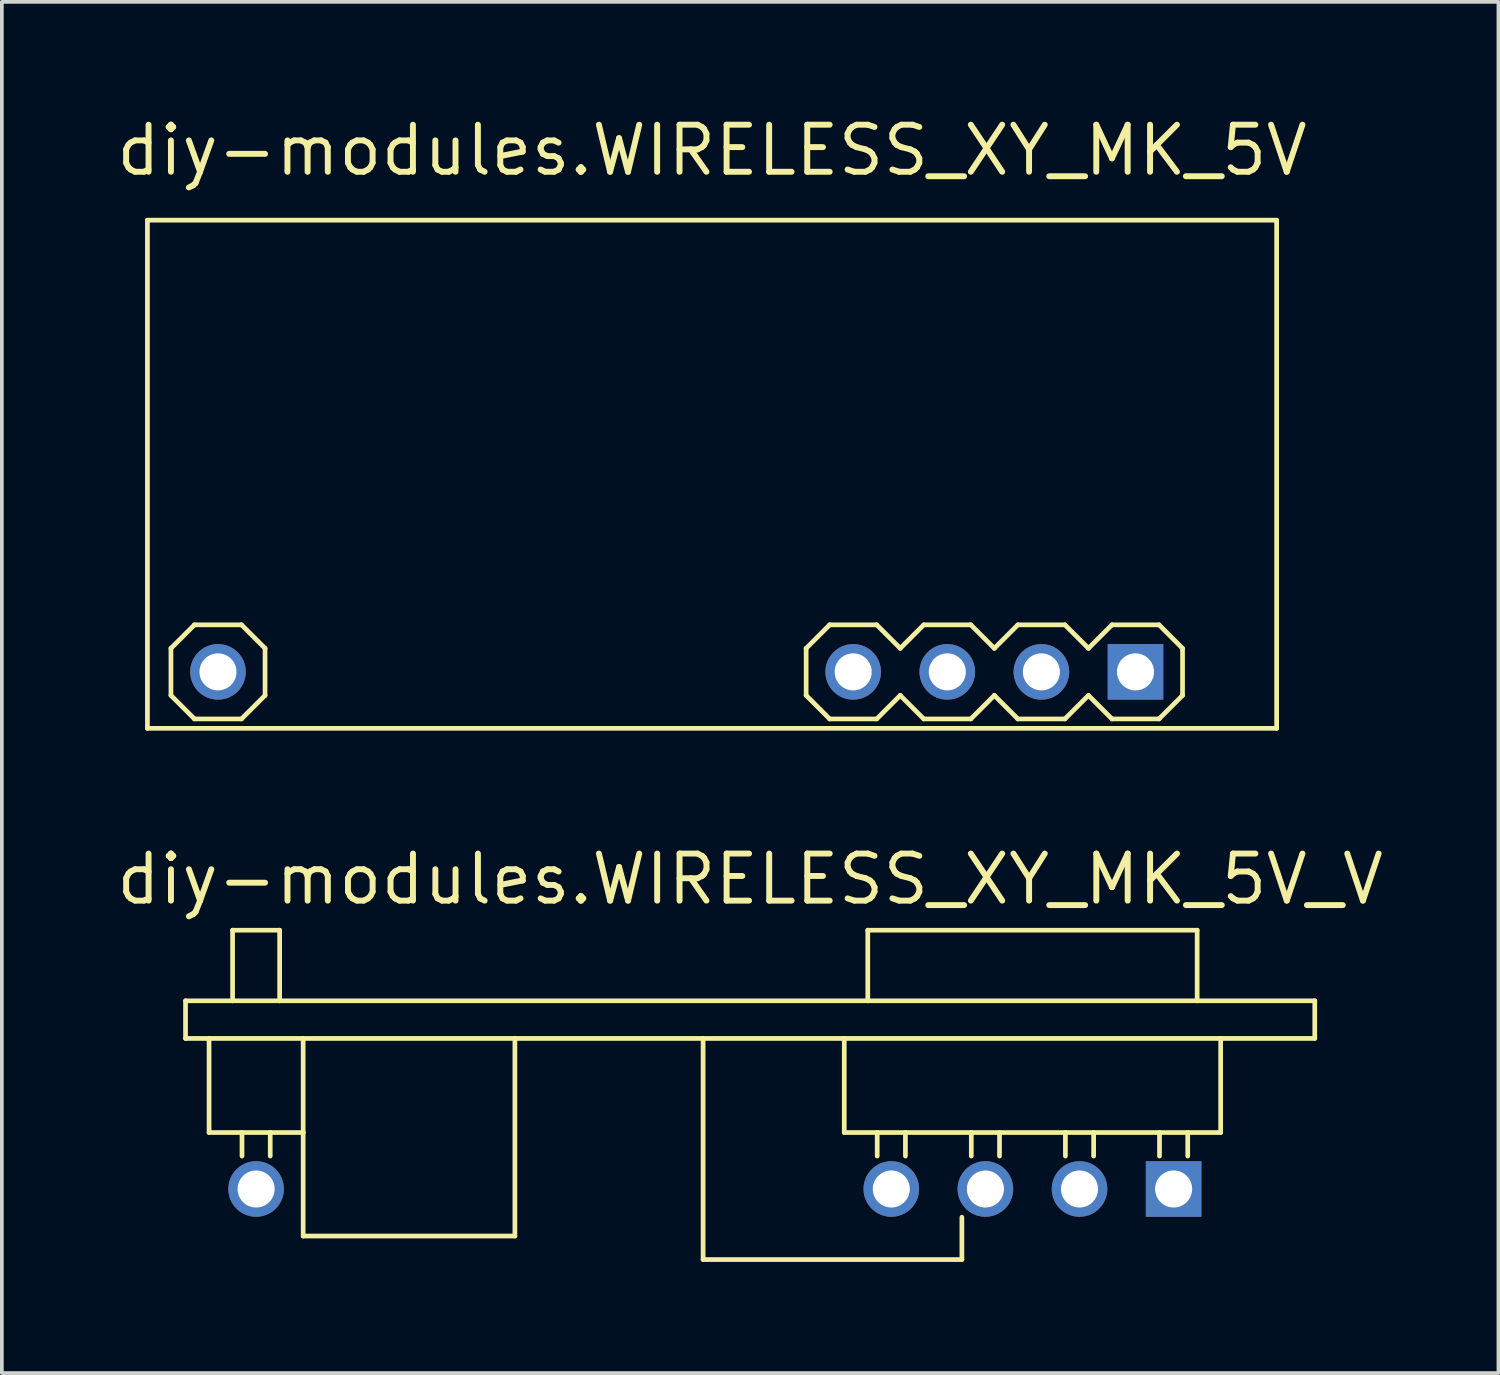
<source format=kicad_pcb>
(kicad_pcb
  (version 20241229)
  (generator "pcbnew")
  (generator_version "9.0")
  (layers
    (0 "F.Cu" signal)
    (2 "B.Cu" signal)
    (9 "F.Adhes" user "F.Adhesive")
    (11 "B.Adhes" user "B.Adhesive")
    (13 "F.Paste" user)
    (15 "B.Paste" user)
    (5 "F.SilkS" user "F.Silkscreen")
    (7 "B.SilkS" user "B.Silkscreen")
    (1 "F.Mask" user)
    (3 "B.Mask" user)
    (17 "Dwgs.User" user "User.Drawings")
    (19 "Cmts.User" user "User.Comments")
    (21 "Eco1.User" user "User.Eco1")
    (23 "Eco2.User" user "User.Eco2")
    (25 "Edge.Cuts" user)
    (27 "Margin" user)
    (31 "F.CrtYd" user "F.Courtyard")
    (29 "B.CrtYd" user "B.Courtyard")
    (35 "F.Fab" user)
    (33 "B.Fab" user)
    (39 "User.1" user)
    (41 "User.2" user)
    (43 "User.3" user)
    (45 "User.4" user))
  (footprint "diy-modules.WIRELESS_XY_MK_5V"
    (layer "F.Cu")
    (at 16.169 10.005)
    (property "Reference" "diy-modules.WIRELESS_XY_MK_5V" (at 0 -8.255 0) (layer "F.SilkS") (effects (font (size 1.27 1.27) (thickness 0.16)) (justify bottom)))
    (attr through_hole)
    (fp_line (start -15.24 -7.112) (end 15.24 -7.112) (stroke (width 0.127) (type default)) (layer "F.SilkS"))
    (fp_line (start -15.24 6.604) (end -15.24 -7.112) (stroke (width 0.127) (type default)) (layer "F.SilkS"))
    (fp_line (start -14.605 4.445) (end -13.97 3.81) (stroke (width 0.127) (type default)) (layer "F.SilkS"))
    (fp_line (start -14.605 5.715) (end -14.605 4.445) (stroke (width 0.127) (type default)) (layer "F.SilkS"))
    (fp_line (start -13.97 3.81) (end -12.7 3.81) (stroke (width 0.127) (type default)) (layer "F.SilkS"))
    (fp_line (start -13.97 6.35) (end -14.605 5.715) (stroke (width 0.127) (type default)) (layer "F.SilkS"))
    (fp_line (start -12.7 3.81) (end -12.065 4.445) (stroke (width 0.127) (type default)) (layer "F.SilkS"))
    (fp_line (start -12.7 6.35) (end -13.97 6.35) (stroke (width 0.127) (type default)) (layer "F.SilkS"))
    (fp_line (start -12.065 4.445) (end -12.065 5.715) (stroke (width 0.127) (type default)) (layer "F.SilkS"))
    (fp_line (start -12.065 5.715) (end -12.7 6.35) (stroke (width 0.127) (type default)) (layer "F.SilkS"))
    (fp_line (start 2.54 4.445) (end 3.175 3.81) (stroke (width 0.127) (type default)) (layer "F.SilkS"))
    (fp_line (start 2.54 5.715) (end 2.54 4.445) (stroke (width 0.127) (type default)) (layer "F.SilkS"))
    (fp_line (start 3.175 3.81) (end 4.445 3.81) (stroke (width 0.127) (type default)) (layer "F.SilkS"))
    (fp_line (start 3.175 6.35) (end 2.54 5.715) (stroke (width 0.127) (type default)) (layer "F.SilkS"))
    (fp_line (start 4.445 3.81) (end 5.08 4.445) (stroke (width 0.127) (type default)) (layer "F.SilkS"))
    (fp_line (start 4.445 6.35) (end 3.175 6.35) (stroke (width 0.127) (type default)) (layer "F.SilkS"))
    (fp_line (start 5.08 4.445) (end 5.715 3.81) (stroke (width 0.127) (type default)) (layer "F.SilkS"))
    (fp_line (start 5.08 5.715) (end 4.445 6.35) (stroke (width 0.127) (type default)) (layer "F.SilkS"))
    (fp_line (start 5.715 3.81) (end 6.985 3.81) (stroke (width 0.127) (type default)) (layer "F.SilkS"))
    (fp_line (start 5.715 6.35) (end 5.08 5.715) (stroke (width 0.127) (type default)) (layer "F.SilkS"))
    (fp_line (start 6.985 3.81) (end 7.62 4.445) (stroke (width 0.127) (type default)) (layer "F.SilkS"))
    (fp_line (start 6.985 6.35) (end 5.715 6.35) (stroke (width 0.127) (type default)) (layer "F.SilkS"))
    (fp_line (start 7.62 4.445) (end 8.255 3.81) (stroke (width 0.127) (type default)) (layer "F.SilkS"))
    (fp_line (start 7.62 5.715) (end 6.985 6.35) (stroke (width 0.127) (type default)) (layer "F.SilkS"))
    (fp_line (start 8.255 3.81) (end 9.525 3.81) (stroke (width 0.127) (type default)) (layer "F.SilkS"))
    (fp_line (start 8.255 6.35) (end 7.62 5.715) (stroke (width 0.127) (type default)) (layer "F.SilkS"))
    (fp_line (start 9.525 3.81) (end 10.16 4.445) (stroke (width 0.127) (type default)) (layer "F.SilkS"))
    (fp_line (start 9.525 6.35) (end 8.255 6.35) (stroke (width 0.127) (type default)) (layer "F.SilkS"))
    (fp_line (start 10.16 4.445) (end 10.795 3.81) (stroke (width 0.127) (type default)) (layer "F.SilkS"))
    (fp_line (start 10.16 5.715) (end 9.525 6.35) (stroke (width 0.127) (type default)) (layer "F.SilkS"))
    (fp_line (start 10.795 3.81) (end 12.065 3.81) (stroke (width 0.127) (type default)) (layer "F.SilkS"))
    (fp_line (start 10.795 6.35) (end 10.16 5.715) (stroke (width 0.127) (type default)) (layer "F.SilkS"))
    (fp_line (start 12.065 3.81) (end 12.7 4.445) (stroke (width 0.127) (type default)) (layer "F.SilkS"))
    (fp_line (start 12.065 6.35) (end 10.795 6.35) (stroke (width 0.127) (type default)) (layer "F.SilkS"))
    (fp_line (start 12.7 4.445) (end 12.7 5.715) (stroke (width 0.127) (type default)) (layer "F.SilkS"))
    (fp_line (start 12.7 5.715) (end 12.065 6.35) (stroke (width 0.127) (type default)) (layer "F.SilkS"))
    (fp_line (start 15.24 -7.112) (end 15.24 6.604) (stroke (width 0.127) (type default)) (layer "F.SilkS"))
    (fp_line (start 15.24 6.604) (end -15.24 6.604) (stroke (width 0.127) (type default)) (layer "F.SilkS"))
    (pad "1" thru_hole rect (at 11.43 5.08) (size 1.5 1.5) (drill 1) (layers "*.Cu" "*.Mask"))
    (pad "2" thru_hole circle (at 8.89 5.08) (size 1.5 1.5) (drill 1) (layers "*.Cu" "*.Mask"))
    (pad "3" thru_hole circle (at 6.35 5.08) (size 1.5 1.5) (drill 1) (layers "*.Cu" "*.Mask"))
    (pad "4" thru_hole circle (at 3.81 5.08) (size 1.5 1.5) (drill 1) (layers "*.Cu" "*.Mask"))
    (pad "ANT" thru_hole circle (at -13.335 5.08) (size 1.5 1.5) (drill 1) (layers "*.Cu" "*.Mask")))
  (footprint "diy-modules.WIRELESS_XY_MK_5V_V"
    (layer "F.Cu")
    (at 17.198 29.043)
    (property "Reference" "diy-modules.WIRELESS_XY_MK_5V_V" (at 0 -7.62 0) (layer "F.SilkS") (effects (font (size 1.27 1.27) (thickness 0.16)) (justify bottom)))
    (attr through_hole)
    (fp_line (start -15.24 -5.08) (end -13.97 -5.08) (stroke (width 0.127) (type default)) (layer "F.SilkS"))
    (fp_line (start -15.24 -4.064) (end -15.24 -5.08) (stroke (width 0.127) (type default)) (layer "F.SilkS"))
    (fp_line (start -14.605 -4.064) (end -15.24 -4.064) (stroke (width 0.127) (type default)) (layer "F.SilkS"))
    (fp_line (start -14.605 -1.524) (end -14.605 -4.064) (stroke (width 0.127) (type default)) (layer "F.SilkS"))
    (fp_line (start -13.97 -6.985) (end -13.97 -5.08) (stroke (width 0.127) (type default)) (layer "F.SilkS"))
    (fp_line (start -13.97 -5.08) (end -12.7 -5.08) (stroke (width 0.127) (type default)) (layer "F.SilkS"))
    (fp_line (start -13.716 -1.524) (end -14.605 -1.524) (stroke (width 0.127) (type default)) (layer "F.SilkS"))
    (fp_line (start -13.716 -1.524) (end -13.716 -0.889) (stroke (width 0.127) (type default)) (layer "F.SilkS"))
    (fp_line (start -12.954 -1.524) (end -13.716 -1.524) (stroke (width 0.127) (type default)) (layer "F.SilkS"))
    (fp_line (start -12.954 -1.524) (end -12.954 -0.889) (stroke (width 0.127) (type default)) (layer "F.SilkS"))
    (fp_line (start -12.7 -6.985) (end -13.97 -6.985) (stroke (width 0.127) (type default)) (layer "F.SilkS"))
    (fp_line (start -12.7 -5.08) (end -12.7 -6.985) (stroke (width 0.127) (type default)) (layer "F.SilkS"))
    (fp_line (start -12.7 -5.08) (end 3.175 -5.08) (stroke (width 0.127) (type default)) (layer "F.SilkS"))
    (fp_line (start -12.065 -4.064) (end -14.605 -4.064) (stroke (width 0.127) (type default)) (layer "F.SilkS"))
    (fp_line (start -12.065 -4.064) (end -12.065 -1.524) (stroke (width 0.127) (type default)) (layer "F.SilkS"))
    (fp_line (start -12.065 -1.524) (end -12.954 -1.524) (stroke (width 0.127) (type default)) (layer "F.SilkS"))
    (fp_line (start -12.065 1.27) (end -12.065 -1.524) (stroke (width 0.127) (type default)) (layer "F.SilkS"))
    (fp_line (start -6.35 -4.064) (end -12.065 -4.064) (stroke (width 0.127) (type default)) (layer "F.SilkS"))
    (fp_line (start -6.35 -4.064) (end -6.35 1.27) (stroke (width 0.127) (type default)) (layer "F.SilkS"))
    (fp_line (start -6.35 1.27) (end -12.065 1.27) (stroke (width 0.127) (type default)) (layer "F.SilkS"))
    (fp_line (start -1.27 -4.064) (end -6.35 -4.064) (stroke (width 0.127) (type default)) (layer "F.SilkS"))
    (fp_line (start -1.27 1.905) (end -1.27 -4.064) (stroke (width 0.127) (type default)) (layer "F.SilkS"))
    (fp_line (start 2.54 -4.064) (end -1.27 -4.064) (stroke (width 0.127) (type default)) (layer "F.SilkS"))
    (fp_line (start 2.54 -1.524) (end 2.54 -4.064) (stroke (width 0.127) (type default)) (layer "F.SilkS"))
    (fp_line (start 3.175 -6.985) (end 3.175 -5.08) (stroke (width 0.127) (type default)) (layer "F.SilkS"))
    (fp_line (start 3.175 -5.08) (end 12.065 -5.08) (stroke (width 0.127) (type default)) (layer "F.SilkS"))
    (fp_line (start 3.429 -1.524) (end 2.54 -1.524) (stroke (width 0.127) (type default)) (layer "F.SilkS"))
    (fp_line (start 3.429 -1.524) (end 3.429 -0.889) (stroke (width 0.127) (type default)) (layer "F.SilkS"))
    (fp_line (start 4.191 -1.524) (end 3.429 -1.524) (stroke (width 0.127) (type default)) (layer "F.SilkS"))
    (fp_line (start 4.191 -1.524) (end 4.191 -0.889) (stroke (width 0.127) (type default)) (layer "F.SilkS"))
    (fp_line (start 5.715 0.762) (end 5.715 1.905) (stroke (width 0.127) (type default)) (layer "F.SilkS"))
    (fp_line (start 5.715 1.905) (end -1.27 1.905) (stroke (width 0.127) (type default)) (layer "F.SilkS"))
    (fp_line (start 5.969 -1.524) (end 4.191 -1.524) (stroke (width 0.127) (type default)) (layer "F.SilkS"))
    (fp_line (start 5.969 -1.524) (end 5.969 -0.889) (stroke (width 0.127) (type default)) (layer "F.SilkS"))
    (fp_line (start 6.731 -1.524) (end 5.969 -1.524) (stroke (width 0.127) (type default)) (layer "F.SilkS"))
    (fp_line (start 6.731 -1.524) (end 6.731 -0.889) (stroke (width 0.127) (type default)) (layer "F.SilkS"))
    (fp_line (start 8.509 -1.524) (end 6.731 -1.524) (stroke (width 0.127) (type default)) (layer "F.SilkS"))
    (fp_line (start 8.509 -1.524) (end 8.509 -0.889) (stroke (width 0.127) (type default)) (layer "F.SilkS"))
    (fp_line (start 9.271 -1.524) (end 8.509 -1.524) (stroke (width 0.127) (type default)) (layer "F.SilkS"))
    (fp_line (start 9.271 -1.524) (end 9.271 -0.889) (stroke (width 0.127) (type default)) (layer "F.SilkS"))
    (fp_line (start 11.049 -1.524) (end 9.271 -1.524) (stroke (width 0.127) (type default)) (layer "F.SilkS"))
    (fp_line (start 11.049 -1.524) (end 11.049 -0.889) (stroke (width 0.127) (type default)) (layer "F.SilkS"))
    (fp_line (start 11.811 -1.524) (end 11.049 -1.524) (stroke (width 0.127) (type default)) (layer "F.SilkS"))
    (fp_line (start 11.811 -1.524) (end 11.811 -0.889) (stroke (width 0.127) (type default)) (layer "F.SilkS"))
    (fp_line (start 12.065 -6.985) (end 3.175 -6.985) (stroke (width 0.127) (type default)) (layer "F.SilkS"))
    (fp_line (start 12.065 -5.08) (end 12.065 -6.985) (stroke (width 0.127) (type default)) (layer "F.SilkS"))
    (fp_line (start 12.065 -5.08) (end 15.24 -5.08) (stroke (width 0.127) (type default)) (layer "F.SilkS"))
    (fp_line (start 12.7 -4.064) (end 2.54 -4.064) (stroke (width 0.127) (type default)) (layer "F.SilkS"))
    (fp_line (start 12.7 -4.064) (end 12.7 -1.524) (stroke (width 0.127) (type default)) (layer "F.SilkS"))
    (fp_line (start 12.7 -1.524) (end 11.811 -1.524) (stroke (width 0.127) (type default)) (layer "F.SilkS"))
    (fp_line (start 15.24 -5.08) (end 15.24 -4.064) (stroke (width 0.127) (type default)) (layer "F.SilkS"))
    (fp_line (start 15.24 -4.064) (end 12.7 -4.064) (stroke (width 0.127) (type default)) (layer "F.SilkS"))
    (pad "1" thru_hole rect (at 11.43 0) (size 1.5 1.5) (drill 1) (layers "*.Cu" "*.Mask"))
    (pad "2" thru_hole circle (at 8.89 0) (size 1.5 1.5) (drill 1) (layers "*.Cu" "*.Mask"))
    (pad "3" thru_hole circle (at 6.35 0) (size 1.5 1.5) (drill 1) (layers "*.Cu" "*.Mask"))
    (pad "4" thru_hole circle (at 3.81 0) (size 1.5 1.5) (drill 1) (layers "*.Cu" "*.Mask"))
    (pad "ANT" thru_hole circle (at -13.335 0) (size 1.5 1.5) (drill 1) (layers "*.Cu" "*.Mask")))
  (gr_rect
    (start -3 -3)
    (end 37.395 34.011)
    (stroke (width 0.1) (type default))
    (fill no)
    (layer "Edge.Cuts")))
</source>
